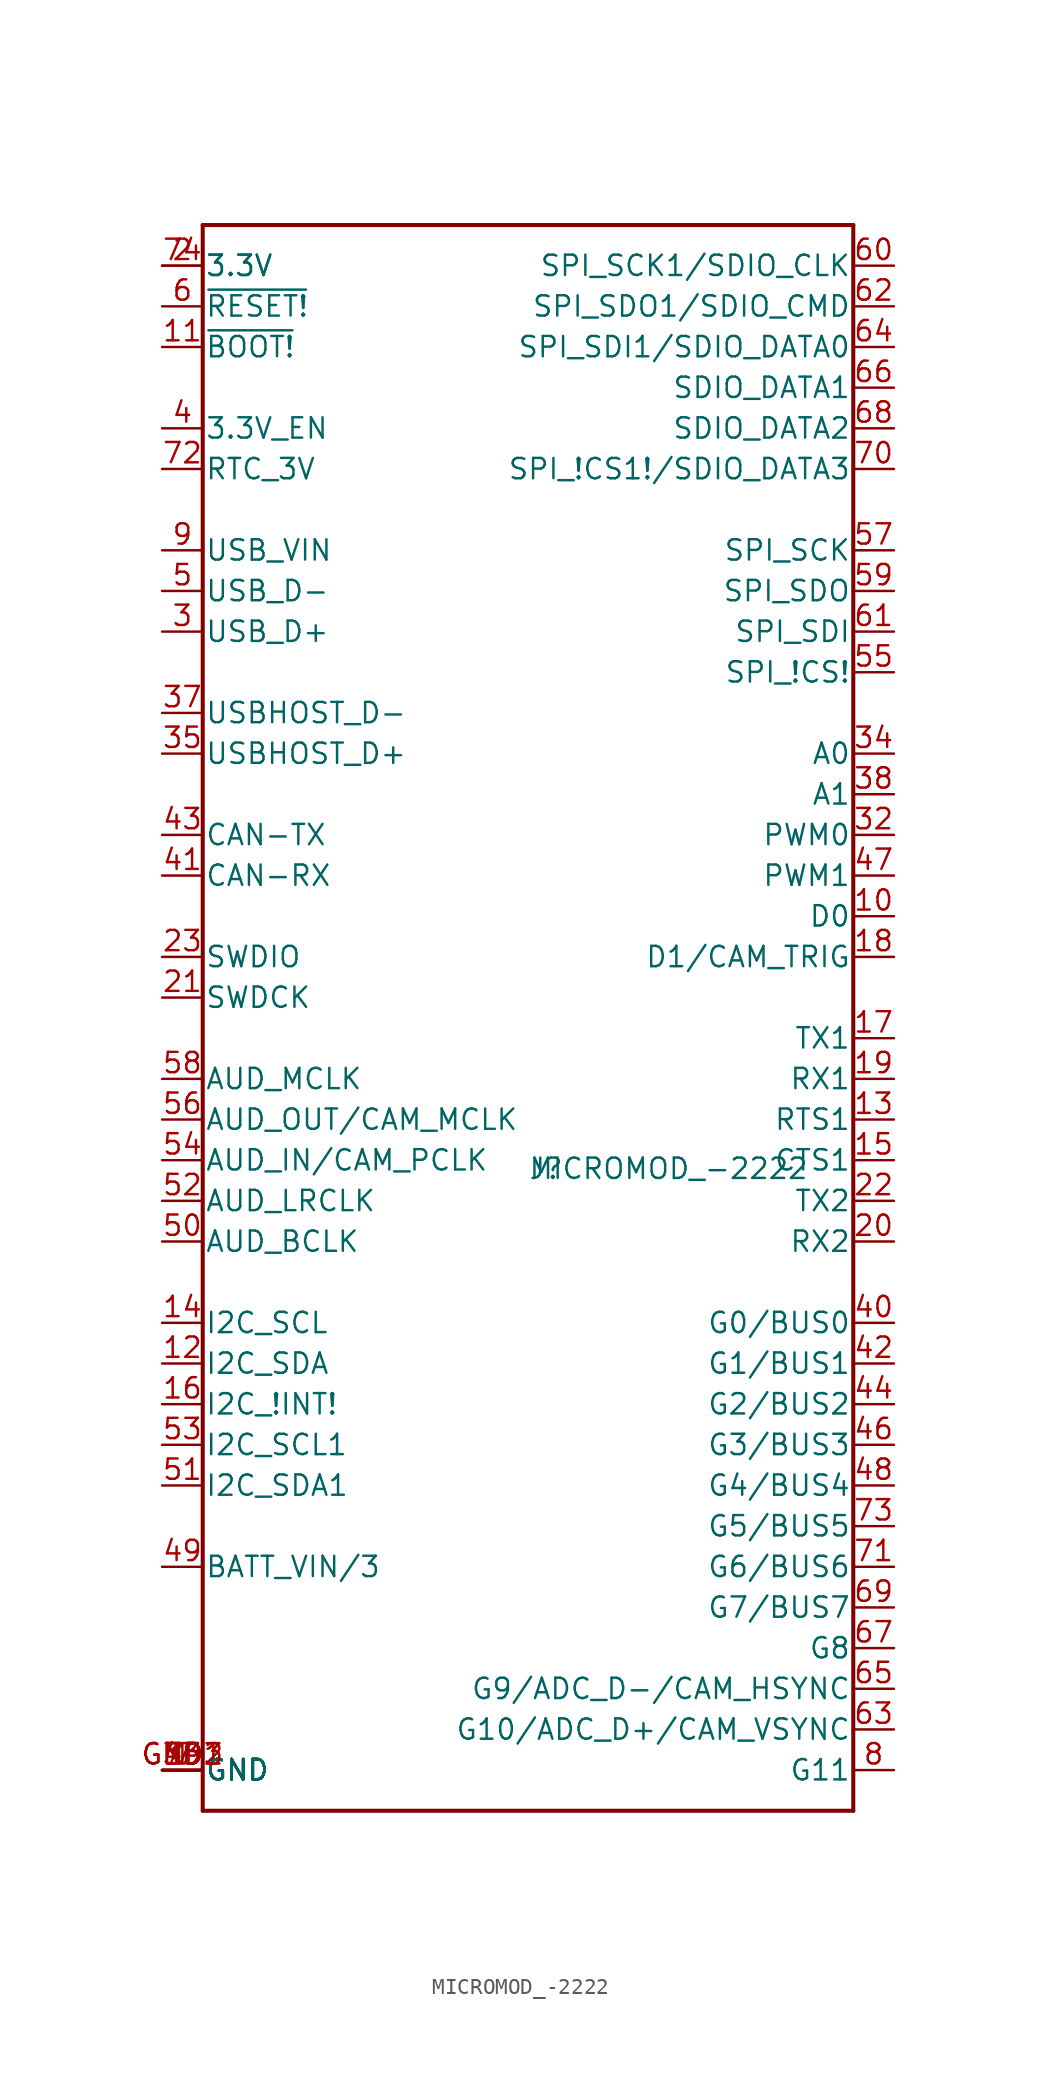
<source format=kicad_sym>
(kicad_symbol_lib
  (version 20211014)
  (generator kicad_symbol_editor)
  (symbol "MICROMOD_-2222"
    (pin_names
      (offset 0.127))
    (property "Reference" "J"
      (at 0 -6.35 0)
      (effects (font (size 1.27 1.27)) (justify left bottom)))
    (property "Value" "MICROMOD_-2222"
      (at 0 -6.35 0)
      (effects (font (size 1.27 1.27)) (justify left bottom)))
    (property "Datasheet" ""
      (at 0 -13.97 0)
      (effects (font (size 1.27 1.27)) (justify left bottom)))
    (symbol "MICROMOD_-2222_1_1"
      (polyline (pts (xy -20.32 -45.72) (xy -20.32 53.34)) (stroke (width 0.254) (type default) (color 0 0 0 0)) (fill (type none)))
      (polyline (pts (xy -20.32 53.34) (xy 20.32 53.34)) (stroke (width 0.254) (type default) (color 0 0 0 0)) (fill (type none)))
      (polyline (pts (xy 20.32 -45.72) (xy -20.32 -45.72)) (stroke (width 0.254) (type default) (color 0 0 0 0)) (fill (type none)))
      (polyline (pts (xy 20.32 53.34) (xy 20.32 -45.72)) (stroke (width 0.254) (type default) (color 0 0 0 0)) (fill (type none)))
      (pin bidirectional line (at -22.86 -43.18 0) (length 2.54) (name "GND" (effects (font (size 1.27 1.27)))) (number "1" (effects (font (size 1.27 1.27)))))
      (pin bidirectional line (at 22.86 10.16 180) (length 2.54) (name "D0" (effects (font (size 1.27 1.27)))) (number "10" (effects (font (size 1.27 1.27)))))
      (pin bidirectional line (at -22.86 45.72 0) (length 2.54) (name "~{BOOT!}" (effects (font (size 1.27 1.27)))) (number "11" (effects (font (size 1.27 1.27)))))
      (pin bidirectional line (at -22.86 -17.78 0) (length 2.54) (name "I2C_SDA" (effects (font (size 1.27 1.27)))) (number "12" (effects (font (size 1.27 1.27)))))
      (pin bidirectional line (at 22.86 -2.54 180) (length 2.54) (name "RTS1" (effects (font (size 1.27 1.27)))) (number "13" (effects (font (size 1.27 1.27)))))
      (pin bidirectional line (at -22.86 -15.24 0) (length 2.54) (name "I2C_SCL" (effects (font (size 1.27 1.27)))) (number "14" (effects (font (size 1.27 1.27)))))
      (pin bidirectional line (at 22.86 -5.08 180) (length 2.54) (name "CTS1" (effects (font (size 1.27 1.27)))) (number "15" (effects (font (size 1.27 1.27)))))
      (pin bidirectional line (at -22.86 -20.32 0) (length 2.54) (name "I2C_!INT!" (effects (font (size 1.27 1.27)))) (number "16" (effects (font (size 1.27 1.27)))))
      (pin bidirectional line (at 22.86 2.54 180) (length 2.54) (name "TX1" (effects (font (size 1.27 1.27)))) (number "17" (effects (font (size 1.27 1.27)))))
      (pin bidirectional line (at 22.86 7.62 180) (length 2.54) (name "D1/CAM_TRIG" (effects (font (size 1.27 1.27)))) (number "18" (effects (font (size 1.27 1.27)))))
      (pin bidirectional line (at 22.86 0 180) (length 2.54) (name "RX1" (effects (font (size 1.27 1.27)))) (number "19" (effects (font (size 1.27 1.27)))))
      (pin bidirectional line (at -22.86 50.8 0) (length 2.54) (name "3.3V" (effects (font (size 1.27 1.27)))) (number "2" (effects (font (size 1.27 1.27)))))
      (pin bidirectional line (at 22.86 -10.16 180) (length 2.54) (name "RX2" (effects (font (size 1.27 1.27)))) (number "20" (effects (font (size 1.27 1.27)))))
      (pin bidirectional line (at -22.86 5.08 0) (length 2.54) (name "SWDCK" (effects (font (size 1.27 1.27)))) (number "21" (effects (font (size 1.27 1.27)))))
      (pin bidirectional line (at 22.86 -7.62 180) (length 2.54) (name "TX2" (effects (font (size 1.27 1.27)))) (number "22" (effects (font (size 1.27 1.27)))))
      (pin bidirectional line (at -22.86 7.62 0) (length 2.54) (name "SWDIO" (effects (font (size 1.27 1.27)))) (number "23" (effects (font (size 1.27 1.27)))))
      (pin bidirectional line (at -22.86 27.94 0) (length 2.54) (name "USB_D+" (effects (font (size 1.27 1.27)))) (number "3" (effects (font (size 1.27 1.27)))))
      (pin bidirectional line (at 22.86 15.24 180) (length 2.54) (name "PWM0" (effects (font (size 1.27 1.27)))) (number "32" (effects (font (size 1.27 1.27)))))
      (pin bidirectional line (at -22.86 -43.18 0) (length 2.54) (name "GND" (effects (font (size 1.27 1.27)))) (number "33" (effects (font (size 1.27 1.27)))))
      (pin bidirectional line (at 22.86 20.32 180) (length 2.54) (name "A0" (effects (font (size 1.27 1.27)))) (number "34" (effects (font (size 1.27 1.27)))))
      (pin bidirectional line (at -22.86 20.32 0) (length 2.54) (name "USBHOST_D+" (effects (font (size 1.27 1.27)))) (number "35" (effects (font (size 1.27 1.27)))))
      (pin bidirectional line (at -22.86 -43.18 0) (length 2.54) (name "GND" (effects (font (size 1.27 1.27)))) (number "36" (effects (font (size 1.27 1.27)))))
      (pin bidirectional line (at -22.86 22.86 0) (length 2.54) (name "USBHOST_D-" (effects (font (size 1.27 1.27)))) (number "37" (effects (font (size 1.27 1.27)))))
      (pin bidirectional line (at 22.86 17.78 180) (length 2.54) (name "A1" (effects (font (size 1.27 1.27)))) (number "38" (effects (font (size 1.27 1.27)))))
      (pin bidirectional line (at -22.86 -43.18 0) (length 2.54) (name "GND" (effects (font (size 1.27 1.27)))) (number "39" (effects (font (size 1.27 1.27)))))
      (pin bidirectional line (at -22.86 40.64 0) (length 2.54) (name "3.3V_EN" (effects (font (size 1.27 1.27)))) (number "4" (effects (font (size 1.27 1.27)))))
      (pin bidirectional line (at 22.86 -15.24 180) (length 2.54) (name "G0/BUS0" (effects (font (size 1.27 1.27)))) (number "40" (effects (font (size 1.27 1.27)))))
      (pin bidirectional line (at -22.86 12.7 0) (length 2.54) (name "CAN-RX" (effects (font (size 1.27 1.27)))) (number "41" (effects (font (size 1.27 1.27)))))
      (pin bidirectional line (at 22.86 -17.78 180) (length 2.54) (name "G1/BUS1" (effects (font (size 1.27 1.27)))) (number "42" (effects (font (size 1.27 1.27)))))
      (pin bidirectional line (at -22.86 15.24 0) (length 2.54) (name "CAN-TX" (effects (font (size 1.27 1.27)))) (number "43" (effects (font (size 1.27 1.27)))))
      (pin bidirectional line (at 22.86 -20.32 180) (length 2.54) (name "G2/BUS2" (effects (font (size 1.27 1.27)))) (number "44" (effects (font (size 1.27 1.27)))))
      (pin bidirectional line (at -22.86 -43.18 0) (length 2.54) (name "GND" (effects (font (size 1.27 1.27)))) (number "45" (effects (font (size 1.27 1.27)))))
      (pin bidirectional line (at 22.86 -22.86 180) (length 2.54) (name "G3/BUS3" (effects (font (size 1.27 1.27)))) (number "46" (effects (font (size 1.27 1.27)))))
      (pin bidirectional line (at 22.86 12.7 180) (length 2.54) (name "PWM1" (effects (font (size 1.27 1.27)))) (number "47" (effects (font (size 1.27 1.27)))))
      (pin bidirectional line (at 22.86 -25.4 180) (length 2.54) (name "G4/BUS4" (effects (font (size 1.27 1.27)))) (number "48" (effects (font (size 1.27 1.27)))))
      (pin bidirectional line (at -22.86 -30.48 0) (length 2.54) (name "BATT_VIN/3" (effects (font (size 1.27 1.27)))) (number "49" (effects (font (size 1.27 1.27)))))
      (pin bidirectional line (at -22.86 30.48 0) (length 2.54) (name "USB_D-" (effects (font (size 1.27 1.27)))) (number "5" (effects (font (size 1.27 1.27)))))
      (pin bidirectional line (at -22.86 -10.16 0) (length 2.54) (name "AUD_BCLK" (effects (font (size 1.27 1.27)))) (number "50" (effects (font (size 1.27 1.27)))))
      (pin bidirectional line (at -22.86 -25.4 0) (length 2.54) (name "I2C_SDA1" (effects (font (size 1.27 1.27)))) (number "51" (effects (font (size 1.27 1.27)))))
      (pin bidirectional line (at -22.86 -7.62 0) (length 2.54) (name "AUD_LRCLK" (effects (font (size 1.27 1.27)))) (number "52" (effects (font (size 1.27 1.27)))))
      (pin bidirectional line (at -22.86 -22.86 0) (length 2.54) (name "I2C_SCL1" (effects (font (size 1.27 1.27)))) (number "53" (effects (font (size 1.27 1.27)))))
      (pin bidirectional line (at -22.86 -5.08 0) (length 2.54) (name "AUD_IN/CAM_PCLK" (effects (font (size 1.27 1.27)))) (number "54" (effects (font (size 1.27 1.27)))))
      (pin bidirectional line (at 22.86 25.4 180) (length 2.54) (name "SPI_!CS!" (effects (font (size 1.27 1.27)))) (number "55" (effects (font (size 1.27 1.27)))))
      (pin bidirectional line (at -22.86 -2.54 0) (length 2.54) (name "AUD_OUT/CAM_MCLK" (effects (font (size 1.27 1.27)))) (number "56" (effects (font (size 1.27 1.27)))))
      (pin bidirectional line (at 22.86 33.02 180) (length 2.54) (name "SPI_SCK" (effects (font (size 1.27 1.27)))) (number "57" (effects (font (size 1.27 1.27)))))
      (pin bidirectional line (at -22.86 0 0) (length 2.54) (name "AUD_MCLK" (effects (font (size 1.27 1.27)))) (number "58" (effects (font (size 1.27 1.27)))))
      (pin bidirectional line (at 22.86 30.48 180) (length 2.54) (name "SPI_SDO" (effects (font (size 1.27 1.27)))) (number "59" (effects (font (size 1.27 1.27)))))
      (pin bidirectional line (at -22.86 48.26 0) (length 2.54) (name "~{RESET!}" (effects (font (size 1.27 1.27)))) (number "6" (effects (font (size 1.27 1.27)))))
      (pin bidirectional line (at 22.86 50.8 180) (length 2.54) (name "SPI_SCK1/SDIO_CLK" (effects (font (size 1.27 1.27)))) (number "60" (effects (font (size 1.27 1.27)))))
      (pin bidirectional line (at 22.86 27.94 180) (length 2.54) (name "SPI_SDI" (effects (font (size 1.27 1.27)))) (number "61" (effects (font (size 1.27 1.27)))))
      (pin bidirectional line (at 22.86 48.26 180) (length 2.54) (name "SPI_SDO1/SDIO_CMD" (effects (font (size 1.27 1.27)))) (number "62" (effects (font (size 1.27 1.27)))))
      (pin bidirectional line (at 22.86 -40.64 180) (length 2.54) (name "G10/ADC_D+/CAM_VSYNC" (effects (font (size 1.27 1.27)))) (number "63" (effects (font (size 1.27 1.27)))))
      (pin bidirectional line (at 22.86 45.72 180) (length 2.54) (name "SPI_SDI1/SDIO_DATA0" (effects (font (size 1.27 1.27)))) (number "64" (effects (font (size 1.27 1.27)))))
      (pin bidirectional line (at 22.86 -38.1 180) (length 2.54) (name "G9/ADC_D-/CAM_HSYNC" (effects (font (size 1.27 1.27)))) (number "65" (effects (font (size 1.27 1.27)))))
      (pin bidirectional line (at 22.86 43.18 180) (length 2.54) (name "SDIO_DATA1" (effects (font (size 1.27 1.27)))) (number "66" (effects (font (size 1.27 1.27)))))
      (pin bidirectional line (at 22.86 -35.56 180) (length 2.54) (name "G8" (effects (font (size 1.27 1.27)))) (number "67" (effects (font (size 1.27 1.27)))))
      (pin bidirectional line (at 22.86 40.64 180) (length 2.54) (name "SDIO_DATA2" (effects (font (size 1.27 1.27)))) (number "68" (effects (font (size 1.27 1.27)))))
      (pin bidirectional line (at 22.86 -33.02 180) (length 2.54) (name "G7/BUS7" (effects (font (size 1.27 1.27)))) (number "69" (effects (font (size 1.27 1.27)))))
      (pin bidirectional line (at -22.86 -43.18 0) (length 2.54) (name "GND" (effects (font (size 1.27 1.27)))) (number "7" (effects (font (size 1.27 1.27)))))
      (pin bidirectional line (at 22.86 38.1 180) (length 2.54) (name "SPI_!CS1!/SDIO_DATA3" (effects (font (size 1.27 1.27)))) (number "70" (effects (font (size 1.27 1.27)))))
      (pin bidirectional line (at 22.86 -30.48 180) (length 2.54) (name "G6/BUS6" (effects (font (size 1.27 1.27)))) (number "71" (effects (font (size 1.27 1.27)))))
      (pin bidirectional line (at -22.86 38.1 0) (length 2.54) (name "RTC_3V" (effects (font (size 1.27 1.27)))) (number "72" (effects (font (size 1.27 1.27)))))
      (pin bidirectional line (at 22.86 -27.94 180) (length 2.54) (name "G5/BUS5" (effects (font (size 1.27 1.27)))) (number "73" (effects (font (size 1.27 1.27)))))
      (pin bidirectional line (at -22.86 50.8 0) (length 2.54) (name "3.3V" (effects (font (size 1.27 1.27)))) (number "74" (effects (font (size 1.27 1.27)))))
      (pin bidirectional line (at -22.86 -43.18 0) (length 2.54) (name "GND" (effects (font (size 1.27 1.27)))) (number "75" (effects (font (size 1.27 1.27)))))
      (pin bidirectional line (at 22.86 -43.18 180) (length 2.54) (name "G11" (effects (font (size 1.27 1.27)))) (number "8" (effects (font (size 1.27 1.27)))))
      (pin bidirectional line (at -22.86 33.02 0) (length 2.54) (name "USB_VIN" (effects (font (size 1.27 1.27)))) (number "9" (effects (font (size 1.27 1.27)))))
      (pin bidirectional line (at -22.86 -43.18 0) (length 2.54) (name "GND" (effects (font (size 1.27 1.27)))) (number "GND1" (effects (font (size 1.27 1.27)))))
      (pin bidirectional line (at -22.86 -43.18 0) (length 2.54) (name "GND" (effects (font (size 1.27 1.27)))) (number "GND2" (effects (font (size 1.27 1.27)))))
      (pin bidirectional line (at -22.86 -43.18 0) (length 2.54) (name "GND" (effects (font (size 1.27 1.27)))) (number "GND3" (effects (font (size 1.27 1.27))))))))
</source>
